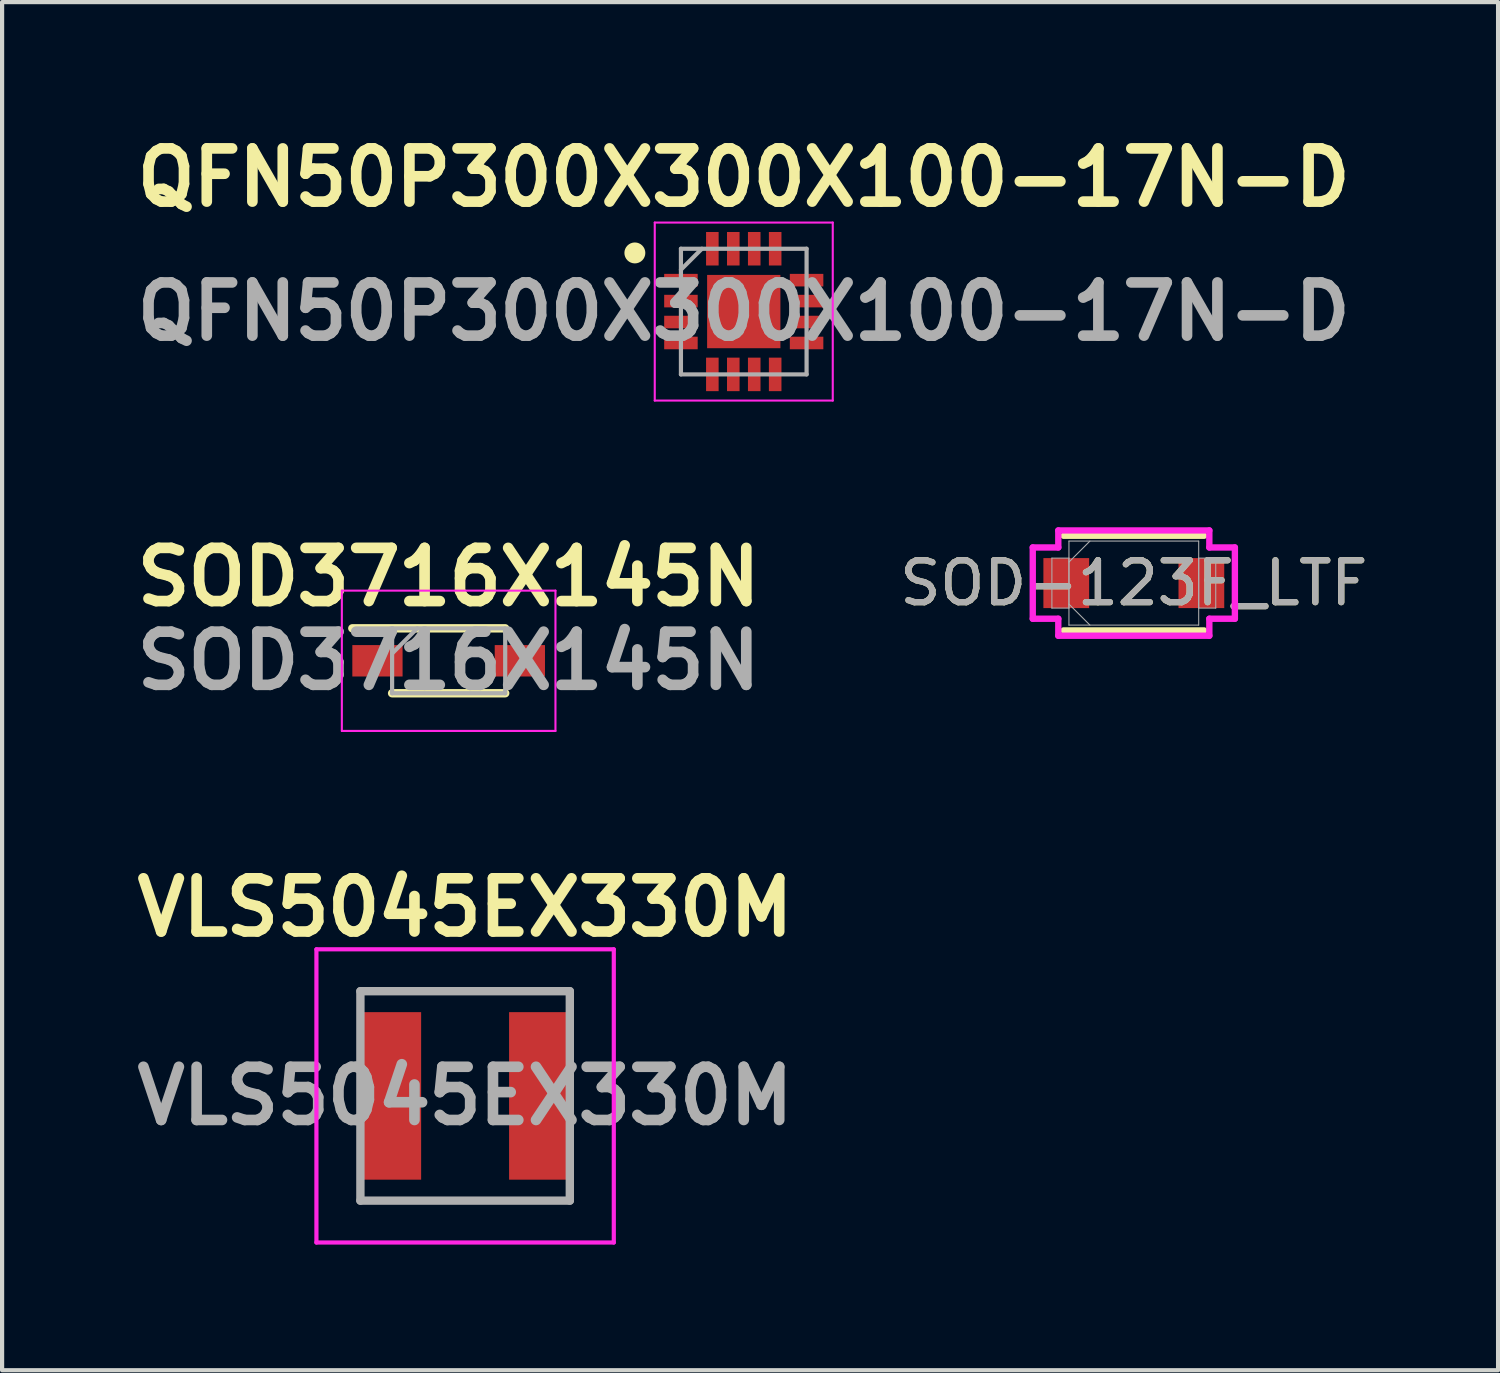
<source format=kicad_pcb>
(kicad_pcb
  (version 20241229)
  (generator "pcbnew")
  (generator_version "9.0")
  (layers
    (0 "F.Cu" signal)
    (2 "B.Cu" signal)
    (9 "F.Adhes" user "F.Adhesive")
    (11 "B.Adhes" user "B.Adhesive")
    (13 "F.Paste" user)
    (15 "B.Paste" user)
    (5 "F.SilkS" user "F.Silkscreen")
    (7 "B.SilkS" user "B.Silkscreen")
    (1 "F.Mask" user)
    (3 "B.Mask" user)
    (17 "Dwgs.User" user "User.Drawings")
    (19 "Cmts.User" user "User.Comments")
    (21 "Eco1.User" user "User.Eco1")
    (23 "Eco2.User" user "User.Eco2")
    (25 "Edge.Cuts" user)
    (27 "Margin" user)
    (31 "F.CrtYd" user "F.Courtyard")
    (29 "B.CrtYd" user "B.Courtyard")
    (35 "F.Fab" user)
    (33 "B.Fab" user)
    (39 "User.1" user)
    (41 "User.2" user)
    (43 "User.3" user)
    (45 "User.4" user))
  (footprint "SOD3716X145N"
    (layer "F.Cu")
    (at 7.662 12.727)
    (property "Reference" "SOD3716X145N" (at 0 -2 0) (layer "F.SilkS") (effects (font (size 1.27 1.27) (thickness 0.254))))
    (attr smd)
    (fp_line (start -2.3 -0.775) (end 1.35 -0.775) (stroke (width 0.2) (type solid)) (layer "F.SilkS"))
    (fp_line (start -1.35 0.775) (end 1.35 0.775) (stroke (width 0.2) (type solid)) (layer "F.SilkS"))
    (fp_line (start -2.55 -1.675) (end 2.55 -1.675) (stroke (width 0.05) (type solid)) (layer "F.CrtYd"))
    (fp_line (start -2.55 1.675) (end -2.55 -1.675) (stroke (width 0.05) (type solid)) (layer "F.CrtYd"))
    (fp_line (start 2.55 -1.675) (end 2.55 1.675) (stroke (width 0.05) (type solid)) (layer "F.CrtYd"))
    (fp_line (start 2.55 1.675) (end -2.55 1.675) (stroke (width 0.05) (type solid)) (layer "F.CrtYd"))
    (fp_line (start -1.35 -0.775) (end 1.35 -0.775) (stroke (width 0.1) (type solid)) (layer "F.Fab"))
    (fp_line (start -1.35 -0.175) (end -0.75 -0.775) (stroke (width 0.1) (type solid)) (layer "F.Fab"))
    (fp_line (start -1.35 0.775) (end -1.35 -0.775) (stroke (width 0.1) (type solid)) (layer "F.Fab"))
    (fp_line (start 1.35 -0.775) (end 1.35 0.775) (stroke (width 0.1) (type solid)) (layer "F.Fab"))
    (fp_line (start 1.35 0.775) (end -1.35 0.775) (stroke (width 0.1) (type solid)) (layer "F.Fab"))
    (fp_text user "${REFERENCE}" (at 0 0 0) (layer "F.Fab") (effects (font (size 1.27 1.27) (thickness 0.254))))
    (pad "1" smd rect (at -1.7 0 90) (size 0.75 1.2) (layers "F.Cu" "F.Mask" "F.Paste"))
    (pad "2" smd rect (at 1.7 0 90) (size 0.75 1.2) (layers "F.Cu" "F.Mask" "F.Paste")))
  (footprint "QFN50P300X300X100-17N-D"
    (layer "F.Cu")
    (at 14.708 4.389)
    (property "Reference" "QFN50P300X300X100-17N-D" (at 0 -3.2 0) (layer "F.SilkS") (effects (font (size 1.27 1.27) (thickness 0.254))))
    (attr smd)
    (fp_circle (center -2.6 -1.4) (end -2.6 -1.275) (stroke (width 0.25) (type solid)) (fill no) (layer "F.SilkS"))
    (fp_line (start -2.125 -2.125) (end 2.125 -2.125) (stroke (width 0.05) (type solid)) (layer "F.CrtYd"))
    (fp_line (start -2.125 2.125) (end -2.125 -2.125) (stroke (width 0.05) (type solid)) (layer "F.CrtYd"))
    (fp_line (start 2.125 -2.125) (end 2.125 2.125) (stroke (width 0.05) (type solid)) (layer "F.CrtYd"))
    (fp_line (start 2.125 2.125) (end -2.125 2.125) (stroke (width 0.05) (type solid)) (layer "F.CrtYd"))
    (fp_line (start -1.5 -1.5) (end 1.5 -1.5) (stroke (width 0.1) (type solid)) (layer "F.Fab"))
    (fp_line (start -1.5 -1) (end -1 -1.5) (stroke (width 0.1) (type solid)) (layer "F.Fab"))
    (fp_line (start -1.5 1.5) (end -1.5 -1.5) (stroke (width 0.1) (type solid)) (layer "F.Fab"))
    (fp_line (start 1.5 -1.5) (end 1.5 1.5) (stroke (width 0.1) (type solid)) (layer "F.Fab"))
    (fp_line (start 1.5 1.5) (end -1.5 1.5) (stroke (width 0.1) (type solid)) (layer "F.Fab"))
    (fp_text user "${REFERENCE}" (at 0 0 0) (layer "F.Fab") (effects (font (size 1.27 1.27) (thickness 0.254))))
    (pad "1" smd rect (at -1.5 -0.75 90) (size 0.3 0.8) (layers "F.Cu" "F.Mask" "F.Paste"))
    (pad "2" smd rect (at -1.5 -0.25 90) (size 0.3 0.8) (layers "F.Cu" "F.Mask" "F.Paste"))
    (pad "3" smd rect (at -1.5 0.25 90) (size 0.3 0.8) (layers "F.Cu" "F.Mask" "F.Paste"))
    (pad "4" smd rect (at -1.5 0.75 90) (size 0.3 0.8) (layers "F.Cu" "F.Mask" "F.Paste"))
    (pad "5" smd rect (at -0.75 1.5) (size 0.3 0.8) (layers "F.Cu" "F.Mask" "F.Paste"))
    (pad "6" smd rect (at -0.25 1.5) (size 0.3 0.8) (layers "F.Cu" "F.Mask" "F.Paste"))
    (pad "7" smd rect (at 0.25 1.5) (size 0.3 0.8) (layers "F.Cu" "F.Mask" "F.Paste"))
    (pad "8" smd rect (at 0.75 1.5) (size 0.3 0.8) (layers "F.Cu" "F.Mask" "F.Paste"))
    (pad "9" smd rect (at 1.5 0.75 90) (size 0.3 0.8) (layers "F.Cu" "F.Mask" "F.Paste"))
    (pad "10" smd rect (at 1.5 0.25 90) (size 0.3 0.8) (layers "F.Cu" "F.Mask" "F.Paste"))
    (pad "11" smd rect (at 1.5 -0.25 90) (size 0.3 0.8) (layers "F.Cu" "F.Mask" "F.Paste"))
    (pad "12" smd rect (at 1.5 -0.75 90) (size 0.3 0.8) (layers "F.Cu" "F.Mask" "F.Paste"))
    (pad "13" smd rect (at 0.75 -1.5) (size 0.3 0.8) (layers "F.Cu" "F.Mask" "F.Paste"))
    (pad "14" smd rect (at 0.25 -1.5) (size 0.3 0.8) (layers "F.Cu" "F.Mask" "F.Paste"))
    (pad "15" smd rect (at -0.25 -1.5) (size 0.3 0.8) (layers "F.Cu" "F.Mask" "F.Paste"))
    (pad "16" smd rect (at -0.75 -1.5) (size 0.3 0.8) (layers "F.Cu" "F.Mask" "F.Paste"))
    (pad "17" smd rect (at 0 0) (size 1.75 1.75) (layers "F.Cu" "F.Mask" "F.Paste")))
  (footprint "VLS5045EX330M"
    (layer "F.Cu")
    (at 8.055 23.116)
    (property "Reference" "VLS5045EX330M" (at 0 -4.5 0) (layer "F.SilkS") (effects (font (size 1.27 1.27) (thickness 0.254))))
    (attr smd)
    (fp_line (start -2.5 -2.5) (end 2.5 -2.5) (stroke (width 0.1) (type solid)) (layer "F.SilkS"))
    (fp_line (start -2.5 2.5) (end 2.54 2.5) (stroke (width 0.1) (type solid)) (layer "F.SilkS"))
    (fp_line (start -3.55 -3.5) (end 3.55 -3.5) (stroke (width 0.1) (type solid)) (layer "F.CrtYd"))
    (fp_line (start -3.55 3.5) (end -3.55 -3.5) (stroke (width 0.1) (type solid)) (layer "F.CrtYd"))
    (fp_line (start 3.55 -3.5) (end 3.55 3.5) (stroke (width 0.1) (type solid)) (layer "F.CrtYd"))
    (fp_line (start 3.55 3.5) (end -3.55 3.5) (stroke (width 0.1) (type solid)) (layer "F.CrtYd"))
    (fp_line (start -2.5 -2.5) (end 2.5 -2.5) (stroke (width 0.2) (type solid)) (layer "F.Fab"))
    (fp_line (start -2.5 2.5) (end -2.5 -2.5) (stroke (width 0.2) (type solid)) (layer "F.Fab"))
    (fp_line (start 2.5 -2.5) (end 2.5 2.5) (stroke (width 0.2) (type solid)) (layer "F.Fab"))
    (fp_line (start 2.5 2.5) (end -2.5 2.5) (stroke (width 0.2) (type solid)) (layer "F.Fab"))
    (fp_text user "${REFERENCE}" (at 0 0 0) (layer "F.Fab") (effects (font (size 1.27 1.27) (thickness 0.254))))
    (pad "1" smd rect (at -1.8 0) (size 1.5 4) (layers "F.Cu" "F.Mask" "F.Paste"))
    (pad "2" smd rect (at 1.8 0) (size 1.5 4) (layers "F.Cu" "F.Mask" "F.Paste")))
  (footprint "SOD-123F_LTF"
    (layer "F.Cu")
    (at 24.021 10.872)
    (property "Reference" "SOD-123F_LTF" (at 0 0 0) (unlocked yes) (layer "F.SilkS") (effects (font (size 1 1) (thickness 0.15))))
    (attr smd)
    (fp_line (start -1.676 1.13) (end 1.676 1.13) (stroke (width 0.152) (type solid)) (layer "F.SilkS"))
    (fp_line (start 1.676 -1.13) (end -1.676 -1.13) (stroke (width 0.152) (type solid)) (layer "F.SilkS"))
    (fp_line (start -2.413 -0.851) (end -1.803 -0.851) (stroke (width 0.152) (type solid)) (layer "F.CrtYd"))
    (fp_line (start -2.413 0.851) (end -2.413 -0.851) (stroke (width 0.152) (type solid)) (layer "F.CrtYd"))
    (fp_line (start -1.803 -1.257) (end 1.803 -1.257) (stroke (width 0.152) (type solid)) (layer "F.CrtYd"))
    (fp_line (start -1.803 -0.851) (end -1.803 -1.257) (stroke (width 0.152) (type solid)) (layer "F.CrtYd"))
    (fp_line (start -1.803 0.851) (end -2.413 0.851) (stroke (width 0.152) (type solid)) (layer "F.CrtYd"))
    (fp_line (start -1.803 1.257) (end -1.803 0.851) (stroke (width 0.152) (type solid)) (layer "F.CrtYd"))
    (fp_line (start 1.803 -1.257) (end 1.803 -0.851) (stroke (width 0.152) (type solid)) (layer "F.CrtYd"))
    (fp_line (start 1.803 -0.851) (end 2.413 -0.851) (stroke (width 0.152) (type solid)) (layer "F.CrtYd"))
    (fp_line (start 1.803 0.851) (end 1.803 1.257) (stroke (width 0.152) (type solid)) (layer "F.CrtYd"))
    (fp_line (start 1.803 1.257) (end -1.803 1.257) (stroke (width 0.152) (type solid)) (layer "F.CrtYd"))
    (fp_line (start 2.413 -0.851) (end 2.413 0.851) (stroke (width 0.152) (type solid)) (layer "F.CrtYd"))
    (fp_line (start 2.413 0.851) (end 1.803 0.851) (stroke (width 0.152) (type solid)) (layer "F.CrtYd"))
    (fp_line (start -1.956 -0.597) (end -1.956 0.597) (stroke (width 0.025) (type solid)) (layer "F.Fab"))
    (fp_line (start -1.956 0.597) (end -1.549 0.597) (stroke (width 0.025) (type solid)) (layer "F.Fab"))
    (fp_line (start -1.549 -1.003) (end -1.549 1.003) (stroke (width 0.025) (type solid)) (layer "F.Fab"))
    (fp_line (start -1.549 -0.597) (end -1.956 -0.597) (stroke (width 0.025) (type solid)) (layer "F.Fab"))
    (fp_line (start -1.549 -0.502) (end -1.048 -1.003) (stroke (width 0.025) (type solid)) (layer "F.Fab"))
    (fp_line (start -1.549 0.502) (end -1.048 1.003) (stroke (width 0.025) (type solid)) (layer "F.Fab"))
    (fp_line (start -1.549 0.597) (end -1.549 -0.597) (stroke (width 0.025) (type solid)) (layer "F.Fab"))
    (fp_line (start -1.549 1.003) (end 1.549 1.003) (stroke (width 0.025) (type solid)) (layer "F.Fab"))
    (fp_line (start 1.549 -1.003) (end -1.549 -1.003) (stroke (width 0.025) (type solid)) (layer "F.Fab"))
    (fp_line (start 1.549 -0.597) (end 1.549 0.597) (stroke (width 0.025) (type solid)) (layer "F.Fab"))
    (fp_line (start 1.549 0.597) (end 1.956 0.597) (stroke (width 0.025) (type solid)) (layer "F.Fab"))
    (fp_line (start 1.549 1.003) (end 1.549 -1.003) (stroke (width 0.025) (type solid)) (layer "F.Fab"))
    (fp_line (start 1.956 -0.597) (end 1.549 -0.597) (stroke (width 0.025) (type solid)) (layer "F.Fab"))
    (fp_line (start 1.956 0.597) (end 1.956 -0.597) (stroke (width 0.025) (type solid)) (layer "F.Fab"))
    (fp_text user "${REFERENCE}" (at 0 0 0) (unlocked yes) (layer "F.Fab") (effects (font (size 1 1) (thickness 0.15))))
    (pad "1" smd rect (at -1.613 0) (size 1.092 1.194) (layers "F.Cu" "F.Mask" "F.Paste"))
    (pad "2" smd rect (at 1.613 0) (size 1.092 1.194) (layers "F.Cu" "F.Mask" "F.Paste"))
    (zone (net_name "") (layer "F.Cu") (hatch full 0.508) (connect_pads) (min_thickness 0.254) (filled_areas_thickness no) (keepout (tracks not_allowed) (vias not_allowed) (pads allowed) (copperpour not_allowed) (footprints allowed)) (placement (enabled no)) (fill) (polygon (pts (xy 23.005 9.92) (xy 25.037 9.92) (xy 25.037 11.825) (xy 23.005 11.825)))))
  (gr_rect
    (start -3 -3)
    (end 32.718 29.666)
    (stroke (width 0.1) (type default))
    (fill no)
    (layer "Edge.Cuts")))
</source>
